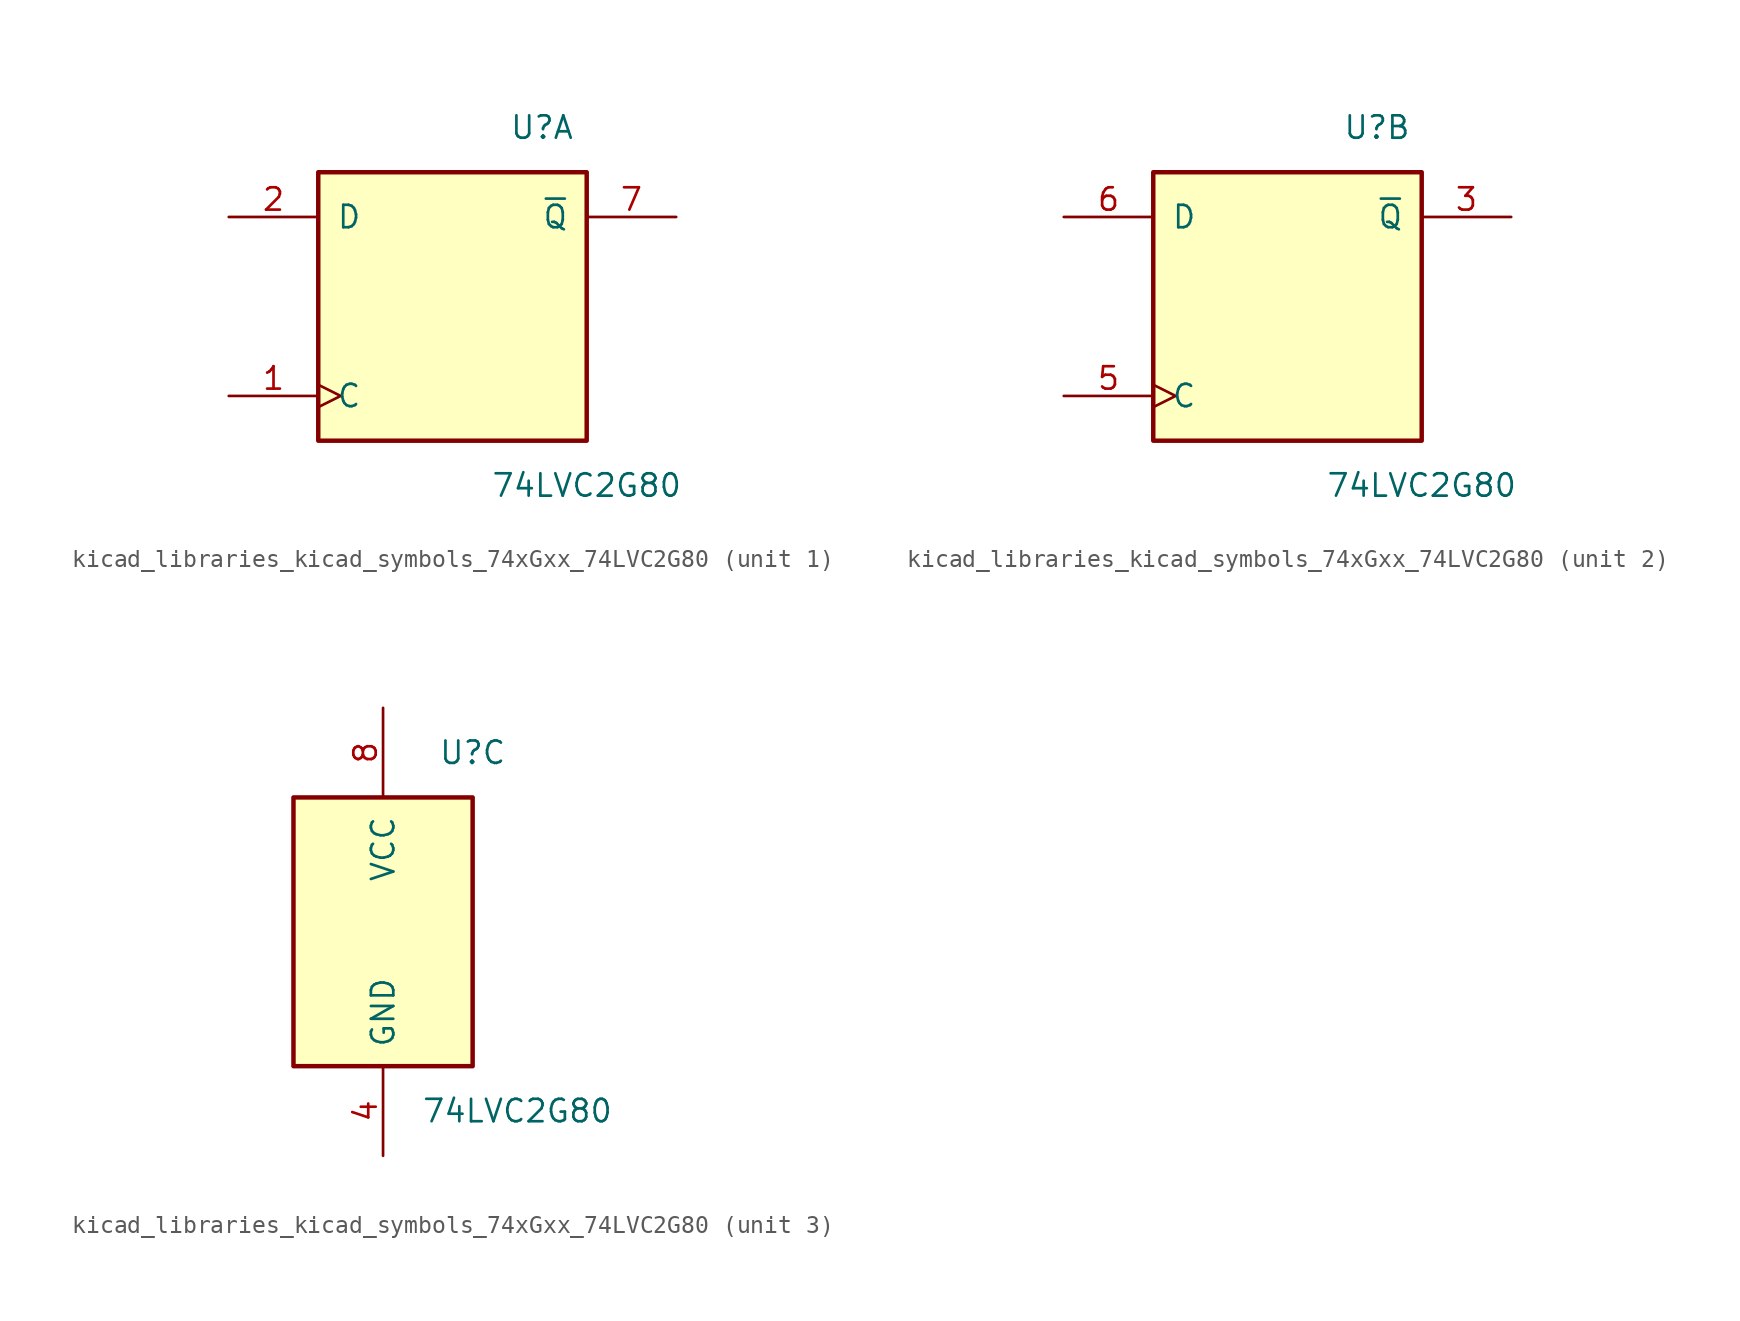
<source format=kicad_sym>
(kicad_symbol_lib
  (version 20220914)
  (generator kicad_symbol_editor)
  (symbol "kicad_libraries_kicad_symbols_74xGxx_74LVC2G80"
    (pin_names
      (offset 1.016))
    (property "Reference" "U"
      (at 5.08 10.16 0)
      (effects (font (size 1.27 1.27))))
    (property "Value" "74LVC2G80"
      (at 7.62 -10.16 0)
      (effects (font (size 1.27 1.27))))
    (symbol "kicad_libraries_kicad_symbols_74xGxx_74LVC2G80_1_1"
      (rectangle (start -7.62 7.62) (end 7.62 -7.62) (stroke (width 0.254) (type default)) (fill (type background)))
      (pin input clock (at -12.7 -5.08 0) (length 5.08) (name "C" (effects (font (size 1.27 1.27)))) (number "1" (effects (font (size 1.27 1.27)))))
      (pin input line (at -12.7 5.08 0) (length 5.08) (name "D" (effects (font (size 1.27 1.27)))) (number "2" (effects (font (size 1.27 1.27)))))
      (pin output line (at 12.7 5.08 180) (length 5.08) (name "~{Q}" (effects (font (size 1.27 1.27)))) (number "7" (effects (font (size 1.27 1.27))))))
    (symbol "kicad_libraries_kicad_symbols_74xGxx_74LVC2G80_2_1"
      (rectangle (start -7.62 7.62) (end 7.62 -7.62) (stroke (width 0.254) (type default)) (fill (type background)))
      (pin output line (at 12.7 5.08 180) (length 5.08) (name "~{Q}" (effects (font (size 1.27 1.27)))) (number "3" (effects (font (size 1.27 1.27)))))
      (pin input clock (at -12.7 -5.08 0) (length 5.08) (name "C" (effects (font (size 1.27 1.27)))) (number "5" (effects (font (size 1.27 1.27)))))
      (pin input line (at -12.7 5.08 0) (length 5.08) (name "D" (effects (font (size 1.27 1.27)))) (number "6" (effects (font (size 1.27 1.27))))))
    (symbol "kicad_libraries_kicad_symbols_74xGxx_74LVC2G80_3_0"
      (rectangle (start -5.08 -7.62) (end 5.08 7.62) (stroke (width 0.254) (type default)) (fill (type background))))
    (symbol "kicad_libraries_kicad_symbols_74xGxx_74LVC2G80_3_1"
      (pin power_in line (at 0 -12.7 90) (length 5.08) (name "GND" (effects (font (size 1.27 1.27)))) (number "4" (effects (font (size 1.27 1.27)))))
      (pin power_in line (at 0 12.7 270) (length 5.08) (name "VCC" (effects (font (size 1.27 1.27)))) (number "8" (effects (font (size 1.27 1.27))))))))
</source>
